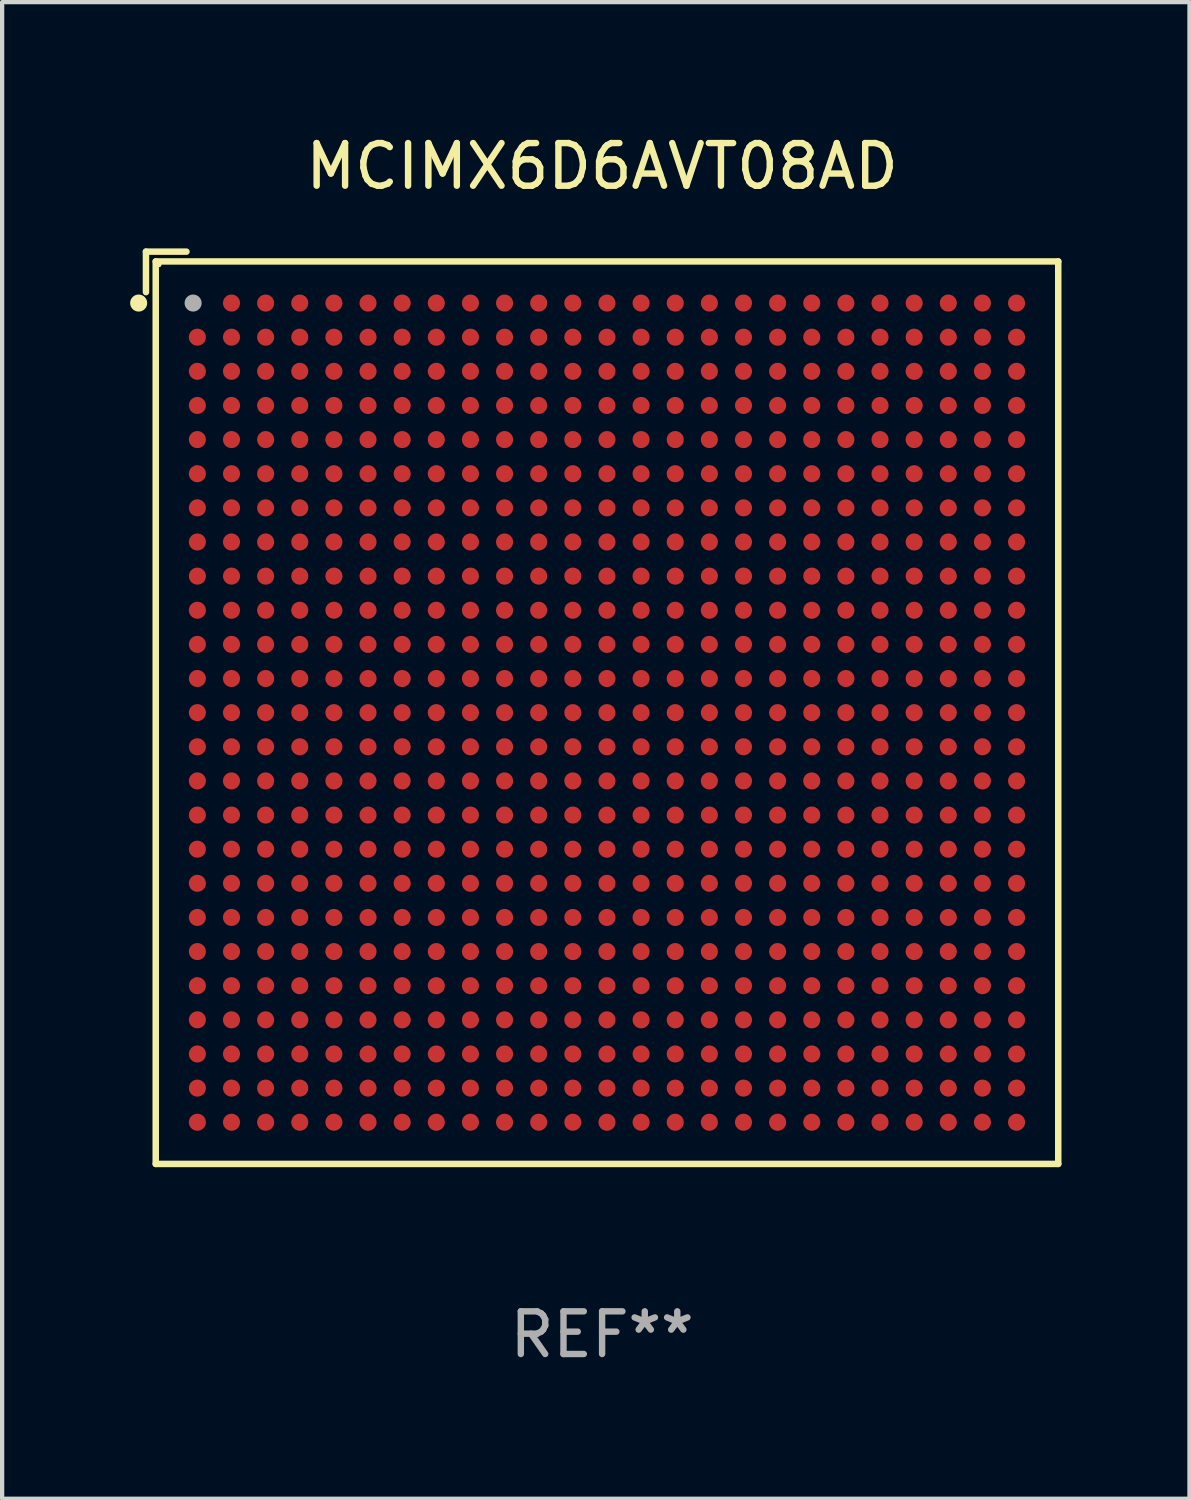
<source format=kicad_pcb>
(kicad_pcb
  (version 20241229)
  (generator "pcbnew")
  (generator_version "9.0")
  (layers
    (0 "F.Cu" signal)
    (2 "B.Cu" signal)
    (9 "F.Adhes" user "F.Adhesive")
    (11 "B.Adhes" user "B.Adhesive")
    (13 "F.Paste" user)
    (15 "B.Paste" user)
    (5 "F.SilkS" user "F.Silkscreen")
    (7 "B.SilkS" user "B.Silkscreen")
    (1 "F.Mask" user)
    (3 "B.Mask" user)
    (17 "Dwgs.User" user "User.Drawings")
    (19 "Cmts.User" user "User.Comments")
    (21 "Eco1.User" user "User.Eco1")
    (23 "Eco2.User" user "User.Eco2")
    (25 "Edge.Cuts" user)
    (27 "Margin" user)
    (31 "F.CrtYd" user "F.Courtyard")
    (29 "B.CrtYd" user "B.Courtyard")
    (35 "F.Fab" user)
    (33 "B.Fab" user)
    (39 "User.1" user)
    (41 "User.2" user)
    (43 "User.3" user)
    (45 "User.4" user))
  (footprint "MCIMX6D6AVT08AD"
    (layer "F.Cu")
    (at 11.062 13.539)
    (property "Reference" "MCIMX6D6AVT08AD" (at 0 -12.691 0) (layer "F.SilkS") (effects (font (size 1 1) (thickness 0.15))))
    (attr through_hole)
    (fp_line (start -10.691 -10.691) (end -10.691 -9.742) (stroke (width 0.152) (type solid)) (layer "F.SilkS"))
    (fp_line (start -10.462 -10.462) (end 10.691 -10.462) (stroke (width 0.152) (type solid)) (layer "F.SilkS"))
    (fp_line (start -10.462 10.691) (end -10.462 -10.462) (stroke (width 0.152) (type solid)) (layer "F.SilkS"))
    (fp_line (start -9.742 -10.691) (end -10.691 -10.691) (stroke (width 0.152) (type solid)) (layer "F.SilkS"))
    (fp_line (start 10.691 -10.462) (end 10.691 10.691) (stroke (width 0.152) (type solid)) (layer "F.SilkS"))
    (fp_line (start 10.691 10.691) (end -10.462 10.691) (stroke (width 0.152) (type solid)) (layer "F.SilkS"))
    (fp_circle (center -10.862 -9.486) (end -10.762 -9.486) (stroke (width 0.2) (type solid)) (fill no) (layer "F.SilkS"))
    (fp_circle (center -10.386 -10.386) (end -10.356 -10.386) (stroke (width 0.06) (type solid)) (fill no) (layer "F.SilkS"))
    (fp_circle (center -9.586 -9.486) (end -9.486 -9.486) (stroke (width 0.2) (type solid)) (fill no) (layer "F.Fab"))
    (fp_text user "REF**" (at 0 14.691 0) (layer "F.Fab") (effects (font (size 1 1) (thickness 0.15))))
    (pad "A2" smd circle (at -8.686 -9.486) (size 0.4 0.4) (layers "F.Cu" "F.Mask" "F.Paste"))
    (pad "A3" smd circle (at -7.886 -9.486) (size 0.4 0.4) (layers "F.Cu" "F.Mask" "F.Paste"))
    (pad "A4" smd circle (at -7.086 -9.486) (size 0.4 0.4) (layers "F.Cu" "F.Mask" "F.Paste"))
    (pad "A5" smd circle (at -6.286 -9.486) (size 0.4 0.4) (layers "F.Cu" "F.Mask" "F.Paste"))
    (pad "A6" smd circle (at -5.486 -9.486) (size 0.4 0.4) (layers "F.Cu" "F.Mask" "F.Paste"))
    (pad "A7" smd circle (at -4.686 -9.486) (size 0.4 0.4) (layers "F.Cu" "F.Mask" "F.Paste"))
    (pad "A8" smd circle (at -3.886 -9.486) (size 0.4 0.4) (layers "F.Cu" "F.Mask" "F.Paste"))
    (pad "A9" smd circle (at -3.086 -9.486) (size 0.4 0.4) (layers "F.Cu" "F.Mask" "F.Paste"))
    (pad "A10" smd circle (at -2.286 -9.486) (size 0.4 0.4) (layers "F.Cu" "F.Mask" "F.Paste"))
    (pad "A11" smd circle (at -1.486 -9.486) (size 0.4 0.4) (layers "F.Cu" "F.Mask" "F.Paste"))
    (pad "A12" smd circle (at -0.686 -9.486) (size 0.4 0.4) (layers "F.Cu" "F.Mask" "F.Paste"))
    (pad "A13" smd circle (at 0.114 -9.486) (size 0.4 0.4) (layers "F.Cu" "F.Mask" "F.Paste"))
    (pad "A14" smd circle (at 0.914 -9.486) (size 0.4 0.4) (layers "F.Cu" "F.Mask" "F.Paste"))
    (pad "A15" smd circle (at 1.714 -9.486) (size 0.4 0.4) (layers "F.Cu" "F.Mask" "F.Paste"))
    (pad "A16" smd circle (at 2.514 -9.486) (size 0.4 0.4) (layers "F.Cu" "F.Mask" "F.Paste"))
    (pad "A17" smd circle (at 3.314 -9.486) (size 0.4 0.4) (layers "F.Cu" "F.Mask" "F.Paste"))
    (pad "A18" smd circle (at 4.114 -9.486) (size 0.4 0.4) (layers "F.Cu" "F.Mask" "F.Paste"))
    (pad "A19" smd circle (at 4.914 -9.486) (size 0.4 0.4) (layers "F.Cu" "F.Mask" "F.Paste"))
    (pad "A20" smd circle (at 5.714 -9.486) (size 0.4 0.4) (layers "F.Cu" "F.Mask" "F.Paste"))
    (pad "A21" smd circle (at 6.514 -9.486) (size 0.4 0.4) (layers "F.Cu" "F.Mask" "F.Paste"))
    (pad "A22" smd circle (at 7.314 -9.486) (size 0.4 0.4) (layers "F.Cu" "F.Mask" "F.Paste"))
    (pad "A23" smd circle (at 8.114 -9.486) (size 0.4 0.4) (layers "F.Cu" "F.Mask" "F.Paste"))
    (pad "A24" smd circle (at 8.914 -9.486) (size 0.4 0.4) (layers "F.Cu" "F.Mask" "F.Paste"))
    (pad "A25" smd circle (at 9.714 -9.486) (size 0.4 0.4) (layers "F.Cu" "F.Mask" "F.Paste"))
    (pad "AA1" smd circle (at -9.486 6.514) (size 0.4 0.4) (layers "F.Cu" "F.Mask" "F.Paste"))
    (pad "AA2" smd circle (at -8.686 6.514) (size 0.4 0.4) (layers "F.Cu" "F.Mask" "F.Paste"))
    (pad "AA3" smd circle (at -7.886 6.514) (size 0.4 0.4) (layers "F.Cu" "F.Mask" "F.Paste"))
    (pad "AA4" smd circle (at -7.086 6.514) (size 0.4 0.4) (layers "F.Cu" "F.Mask" "F.Paste"))
    (pad "AA5" smd circle (at -6.286 6.514) (size 0.4 0.4) (layers "F.Cu" "F.Mask" "F.Paste"))
    (pad "AA6" smd circle (at -5.486 6.514) (size 0.4 0.4) (layers "F.Cu" "F.Mask" "F.Paste"))
    (pad "AA7" smd circle (at -4.686 6.514) (size 0.4 0.4) (layers "F.Cu" "F.Mask" "F.Paste"))
    (pad "AA8" smd circle (at -3.886 6.514) (size 0.4 0.4) (layers "F.Cu" "F.Mask" "F.Paste"))
    (pad "AA9" smd circle (at -3.086 6.514) (size 0.4 0.4) (layers "F.Cu" "F.Mask" "F.Paste"))
    (pad "AA10" smd circle (at -2.286 6.514) (size 0.4 0.4) (layers "F.Cu" "F.Mask" "F.Paste"))
    (pad "AA11" smd circle (at -1.486 6.514) (size 0.4 0.4) (layers "F.Cu" "F.Mask" "F.Paste"))
    (pad "AA12" smd circle (at -0.686 6.514) (size 0.4 0.4) (layers "F.Cu" "F.Mask" "F.Paste"))
    (pad "AA13" smd circle (at 0.114 6.514) (size 0.4 0.4) (layers "F.Cu" "F.Mask" "F.Paste"))
    (pad "AA14" smd circle (at 0.914 6.514) (size 0.4 0.4) (layers "F.Cu" "F.Mask" "F.Paste"))
    (pad "AA15" smd circle (at 1.714 6.514) (size 0.4 0.4) (layers "F.Cu" "F.Mask" "F.Paste"))
    (pad "AA16" smd circle (at 2.514 6.514) (size 0.4 0.4) (layers "F.Cu" "F.Mask" "F.Paste"))
    (pad "AA17" smd circle (at 3.314 6.514) (size 0.4 0.4) (layers "F.Cu" "F.Mask" "F.Paste"))
    (pad "AA18" smd circle (at 4.114 6.514) (size 0.4 0.4) (layers "F.Cu" "F.Mask" "F.Paste"))
    (pad "AA19" smd circle (at 4.914 6.514) (size 0.4 0.4) (layers "F.Cu" "F.Mask" "F.Paste"))
    (pad "AA20" smd circle (at 5.714 6.514) (size 0.4 0.4) (layers "F.Cu" "F.Mask" "F.Paste"))
    (pad "AA21" smd circle (at 6.514 6.514) (size 0.4 0.4) (layers "F.Cu" "F.Mask" "F.Paste"))
    (pad "AA22" smd circle (at 7.314 6.514) (size 0.4 0.4) (layers "F.Cu" "F.Mask" "F.Paste"))
    (pad "AA23" smd circle (at 8.114 6.514) (size 0.4 0.4) (layers "F.Cu" "F.Mask" "F.Paste"))
    (pad "AA24" smd circle (at 8.914 6.514) (size 0.4 0.4) (layers "F.Cu" "F.Mask" "F.Paste"))
    (pad "AA25" smd circle (at 9.714 6.514) (size 0.4 0.4) (layers "F.Cu" "F.Mask" "F.Paste"))
    (pad "AB1" smd circle (at -9.486 7.314) (size 0.4 0.4) (layers "F.Cu" "F.Mask" "F.Paste"))
    (pad "AB2" smd circle (at -8.686 7.314) (size 0.4 0.4) (layers "F.Cu" "F.Mask" "F.Paste"))
    (pad "AB3" smd circle (at -7.886 7.314) (size 0.4 0.4) (layers "F.Cu" "F.Mask" "F.Paste"))
    (pad "AB4" smd circle (at -7.086 7.314) (size 0.4 0.4) (layers "F.Cu" "F.Mask" "F.Paste"))
    (pad "AB5" smd circle (at -6.286 7.314) (size 0.4 0.4) (layers "F.Cu" "F.Mask" "F.Paste"))
    (pad "AB6" smd circle (at -5.486 7.314) (size 0.4 0.4) (layers "F.Cu" "F.Mask" "F.Paste"))
    (pad "AB7" smd circle (at -4.686 7.314) (size 0.4 0.4) (layers "F.Cu" "F.Mask" "F.Paste"))
    (pad "AB8" smd circle (at -3.886 7.314) (size 0.4 0.4) (layers "F.Cu" "F.Mask" "F.Paste"))
    (pad "AB9" smd circle (at -3.086 7.314) (size 0.4 0.4) (layers "F.Cu" "F.Mask" "F.Paste"))
    (pad "AB10" smd circle (at -2.286 7.314) (size 0.4 0.4) (layers "F.Cu" "F.Mask" "F.Paste"))
    (pad "AB11" smd circle (at -1.486 7.314) (size 0.4 0.4) (layers "F.Cu" "F.Mask" "F.Paste"))
    (pad "AB12" smd circle (at -0.686 7.314) (size 0.4 0.4) (layers "F.Cu" "F.Mask" "F.Paste"))
    (pad "AB13" smd circle (at 0.114 7.314) (size 0.4 0.4) (layers "F.Cu" "F.Mask" "F.Paste"))
    (pad "AB14" smd circle (at 0.914 7.314) (size 0.4 0.4) (layers "F.Cu" "F.Mask" "F.Paste"))
    (pad "AB15" smd circle (at 1.714 7.314) (size 0.4 0.4) (layers "F.Cu" "F.Mask" "F.Paste"))
    (pad "AB16" smd circle (at 2.514 7.314) (size 0.4 0.4) (layers "F.Cu" "F.Mask" "F.Paste"))
    (pad "AB17" smd circle (at 3.314 7.314) (size 0.4 0.4) (layers "F.Cu" "F.Mask" "F.Paste"))
    (pad "AB18" smd circle (at 4.114 7.314) (size 0.4 0.4) (layers "F.Cu" "F.Mask" "F.Paste"))
    (pad "AB19" smd circle (at 4.914 7.314) (size 0.4 0.4) (layers "F.Cu" "F.Mask" "F.Paste"))
    (pad "AB20" smd circle (at 5.714 7.314) (size 0.4 0.4) (layers "F.Cu" "F.Mask" "F.Paste"))
    (pad "AB21" smd circle (at 6.514 7.314) (size 0.4 0.4) (layers "F.Cu" "F.Mask" "F.Paste"))
    (pad "AB22" smd circle (at 7.314 7.314) (size 0.4 0.4) (layers "F.Cu" "F.Mask" "F.Paste"))
    (pad "AB23" smd circle (at 8.114 7.314) (size 0.4 0.4) (layers "F.Cu" "F.Mask" "F.Paste"))
    (pad "AB24" smd circle (at 8.914 7.314) (size 0.4 0.4) (layers "F.Cu" "F.Mask" "F.Paste"))
    (pad "AB25" smd circle (at 9.714 7.314) (size 0.4 0.4) (layers "F.Cu" "F.Mask" "F.Paste"))
    (pad "AC1" smd circle (at -9.486 8.114) (size 0.4 0.4) (layers "F.Cu" "F.Mask" "F.Paste"))
    (pad "AC2" smd circle (at -8.686 8.114) (size 0.4 0.4) (layers "F.Cu" "F.Mask" "F.Paste"))
    (pad "AC3" smd circle (at -7.886 8.114) (size 0.4 0.4) (layers "F.Cu" "F.Mask" "F.Paste"))
    (pad "AC4" smd circle (at -7.086 8.114) (size 0.4 0.4) (layers "F.Cu" "F.Mask" "F.Paste"))
    (pad "AC5" smd circle (at -6.286 8.114) (size 0.4 0.4) (layers "F.Cu" "F.Mask" "F.Paste"))
    (pad "AC6" smd circle (at -5.486 8.114) (size 0.4 0.4) (layers "F.Cu" "F.Mask" "F.Paste"))
    (pad "AC7" smd circle (at -4.686 8.114) (size 0.4 0.4) (layers "F.Cu" "F.Mask" "F.Paste"))
    (pad "AC8" smd circle (at -3.886 8.114) (size 0.4 0.4) (layers "F.Cu" "F.Mask" "F.Paste"))
    (pad "AC9" smd circle (at -3.086 8.114) (size 0.4 0.4) (layers "F.Cu" "F.Mask" "F.Paste"))
    (pad "AC10" smd circle (at -2.286 8.114) (size 0.4 0.4) (layers "F.Cu" "F.Mask" "F.Paste"))
    (pad "AC11" smd circle (at -1.486 8.114) (size 0.4 0.4) (layers "F.Cu" "F.Mask" "F.Paste"))
    (pad "AC12" smd circle (at -0.686 8.114) (size 0.4 0.4) (layers "F.Cu" "F.Mask" "F.Paste"))
    (pad "AC13" smd circle (at 0.114 8.114) (size 0.4 0.4) (layers "F.Cu" "F.Mask" "F.Paste"))
    (pad "AC14" smd circle (at 0.914 8.114) (size 0.4 0.4) (layers "F.Cu" "F.Mask" "F.Paste"))
    (pad "AC15" smd circle (at 1.714 8.114) (size 0.4 0.4) (layers "F.Cu" "F.Mask" "F.Paste"))
    (pad "AC16" smd circle (at 2.514 8.114) (size 0.4 0.4) (layers "F.Cu" "F.Mask" "F.Paste"))
    (pad "AC17" smd circle (at 3.314 8.114) (size 0.4 0.4) (layers "F.Cu" "F.Mask" "F.Paste"))
    (pad "AC18" smd circle (at 4.114 8.114) (size 0.4 0.4) (layers "F.Cu" "F.Mask" "F.Paste"))
    (pad "AC19" smd circle (at 4.914 8.114) (size 0.4 0.4) (layers "F.Cu" "F.Mask" "F.Paste"))
    (pad "AC20" smd circle (at 5.714 8.114) (size 0.4 0.4) (layers "F.Cu" "F.Mask" "F.Paste"))
    (pad "AC21" smd circle (at 6.514 8.114) (size 0.4 0.4) (layers "F.Cu" "F.Mask" "F.Paste"))
    (pad "AC22" smd circle (at 7.314 8.114) (size 0.4 0.4) (layers "F.Cu" "F.Mask" "F.Paste"))
    (pad "AC23" smd circle (at 8.114 8.114) (size 0.4 0.4) (layers "F.Cu" "F.Mask" "F.Paste"))
    (pad "AC24" smd circle (at 8.914 8.114) (size 0.4 0.4) (layers "F.Cu" "F.Mask" "F.Paste"))
    (pad "AC25" smd circle (at 9.714 8.114) (size 0.4 0.4) (layers "F.Cu" "F.Mask" "F.Paste"))
    (pad "AD1" smd circle (at -9.486 8.914) (size 0.4 0.4) (layers "F.Cu" "F.Mask" "F.Paste"))
    (pad "AD2" smd circle (at -8.686 8.914) (size 0.4 0.4) (layers "F.Cu" "F.Mask" "F.Paste"))
    (pad "AD3" smd circle (at -7.886 8.914) (size 0.4 0.4) (layers "F.Cu" "F.Mask" "F.Paste"))
    (pad "AD4" smd circle (at -7.086 8.914) (size 0.4 0.4) (layers "F.Cu" "F.Mask" "F.Paste"))
    (pad "AD5" smd circle (at -6.286 8.914) (size 0.4 0.4) (layers "F.Cu" "F.Mask" "F.Paste"))
    (pad "AD6" smd circle (at -5.486 8.914) (size 0.4 0.4) (layers "F.Cu" "F.Mask" "F.Paste"))
    (pad "AD7" smd circle (at -4.686 8.914) (size 0.4 0.4) (layers "F.Cu" "F.Mask" "F.Paste"))
    (pad "AD8" smd circle (at -3.886 8.914) (size 0.4 0.4) (layers "F.Cu" "F.Mask" "F.Paste"))
    (pad "AD9" smd circle (at -3.086 8.914) (size 0.4 0.4) (layers "F.Cu" "F.Mask" "F.Paste"))
    (pad "AD10" smd circle (at -2.286 8.914) (size 0.4 0.4) (layers "F.Cu" "F.Mask" "F.Paste"))
    (pad "AD11" smd circle (at -1.486 8.914) (size 0.4 0.4) (layers "F.Cu" "F.Mask" "F.Paste"))
    (pad "AD12" smd circle (at -0.686 8.914) (size 0.4 0.4) (layers "F.Cu" "F.Mask" "F.Paste"))
    (pad "AD13" smd circle (at 0.114 8.914) (size 0.4 0.4) (layers "F.Cu" "F.Mask" "F.Paste"))
    (pad "AD14" smd circle (at 0.914 8.914) (size 0.4 0.4) (layers "F.Cu" "F.Mask" "F.Paste"))
    (pad "AD15" smd circle (at 1.714 8.914) (size 0.4 0.4) (layers "F.Cu" "F.Mask" "F.Paste"))
    (pad "AD16" smd circle (at 2.514 8.914) (size 0.4 0.4) (layers "F.Cu" "F.Mask" "F.Paste"))
    (pad "AD17" smd circle (at 3.314 8.914) (size 0.4 0.4) (layers "F.Cu" "F.Mask" "F.Paste"))
    (pad "AD18" smd circle (at 4.114 8.914) (size 0.4 0.4) (layers "F.Cu" "F.Mask" "F.Paste"))
    (pad "AD19" smd circle (at 4.914 8.914) (size 0.4 0.4) (layers "F.Cu" "F.Mask" "F.Paste"))
    (pad "AD20" smd circle (at 5.714 8.914) (size 0.4 0.4) (layers "F.Cu" "F.Mask" "F.Paste"))
    (pad "AD21" smd circle (at 6.514 8.914) (size 0.4 0.4) (layers "F.Cu" "F.Mask" "F.Paste"))
    (pad "AD22" smd circle (at 7.314 8.914) (size 0.4 0.4) (layers "F.Cu" "F.Mask" "F.Paste"))
    (pad "AD23" smd circle (at 8.114 8.914) (size 0.4 0.4) (layers "F.Cu" "F.Mask" "F.Paste"))
    (pad "AD24" smd circle (at 8.914 8.914) (size 0.4 0.4) (layers "F.Cu" "F.Mask" "F.Paste"))
    (pad "AD25" smd circle (at 9.714 8.914) (size 0.4 0.4) (layers "F.Cu" "F.Mask" "F.Paste"))
    (pad "AE1" smd circle (at -9.486 9.714) (size 0.4 0.4) (layers "F.Cu" "F.Mask" "F.Paste"))
    (pad "AE2" smd circle (at -8.686 9.714) (size 0.4 0.4) (layers "F.Cu" "F.Mask" "F.Paste"))
    (pad "AE3" smd circle (at -7.886 9.714) (size 0.4 0.4) (layers "F.Cu" "F.Mask" "F.Paste"))
    (pad "AE4" smd circle (at -7.086 9.714) (size 0.4 0.4) (layers "F.Cu" "F.Mask" "F.Paste"))
    (pad "AE5" smd circle (at -6.286 9.714) (size 0.4 0.4) (layers "F.Cu" "F.Mask" "F.Paste"))
    (pad "AE6" smd circle (at -5.486 9.714) (size 0.4 0.4) (layers "F.Cu" "F.Mask" "F.Paste"))
    (pad "AE7" smd circle (at -4.686 9.714) (size 0.4 0.4) (layers "F.Cu" "F.Mask" "F.Paste"))
    (pad "AE8" smd circle (at -3.886 9.714) (size 0.4 0.4) (layers "F.Cu" "F.Mask" "F.Paste"))
    (pad "AE9" smd circle (at -3.086 9.714) (size 0.4 0.4) (layers "F.Cu" "F.Mask" "F.Paste"))
    (pad "AE10" smd circle (at -2.286 9.714) (size 0.4 0.4) (layers "F.Cu" "F.Mask" "F.Paste"))
    (pad "AE11" smd circle (at -1.486 9.714) (size 0.4 0.4) (layers "F.Cu" "F.Mask" "F.Paste"))
    (pad "AE12" smd circle (at -0.686 9.714) (size 0.4 0.4) (layers "F.Cu" "F.Mask" "F.Paste"))
    (pad "AE13" smd circle (at 0.114 9.714) (size 0.4 0.4) (layers "F.Cu" "F.Mask" "F.Paste"))
    (pad "AE14" smd circle (at 0.914 9.714) (size 0.4 0.4) (layers "F.Cu" "F.Mask" "F.Paste"))
    (pad "AE15" smd circle (at 1.714 9.714) (size 0.4 0.4) (layers "F.Cu" "F.Mask" "F.Paste"))
    (pad "AE16" smd circle (at 2.514 9.714) (size 0.4 0.4) (layers "F.Cu" "F.Mask" "F.Paste"))
    (pad "AE17" smd circle (at 3.314 9.714) (size 0.4 0.4) (layers "F.Cu" "F.Mask" "F.Paste"))
    (pad "AE18" smd circle (at 4.114 9.714) (size 0.4 0.4) (layers "F.Cu" "F.Mask" "F.Paste"))
    (pad "AE19" smd circle (at 4.914 9.714) (size 0.4 0.4) (layers "F.Cu" "F.Mask" "F.Paste"))
    (pad "AE20" smd circle (at 5.714 9.714) (size 0.4 0.4) (layers "F.Cu" "F.Mask" "F.Paste"))
    (pad "AE21" smd circle (at 6.514 9.714) (size 0.4 0.4) (layers "F.Cu" "F.Mask" "F.Paste"))
    (pad "AE22" smd circle (at 7.314 9.714) (size 0.4 0.4) (layers "F.Cu" "F.Mask" "F.Paste"))
    (pad "AE23" smd circle (at 8.114 9.714) (size 0.4 0.4) (layers "F.Cu" "F.Mask" "F.Paste"))
    (pad "AE24" smd circle (at 8.914 9.714) (size 0.4 0.4) (layers "F.Cu" "F.Mask" "F.Paste"))
    (pad "AE25" smd circle (at 9.714 9.714) (size 0.4 0.4) (layers "F.Cu" "F.Mask" "F.Paste"))
    (pad "B1" smd circle (at -9.486 -8.686) (size 0.4 0.4) (layers "F.Cu" "F.Mask" "F.Paste"))
    (pad "B2" smd circle (at -8.686 -8.686) (size 0.4 0.4) (layers "F.Cu" "F.Mask" "F.Paste"))
    (pad "B3" smd circle (at -7.886 -8.686) (size 0.4 0.4) (layers "F.Cu" "F.Mask" "F.Paste"))
    (pad "B4" smd circle (at -7.086 -8.686) (size 0.4 0.4) (layers "F.Cu" "F.Mask" "F.Paste"))
    (pad "B5" smd circle (at -6.286 -8.686) (size 0.4 0.4) (layers "F.Cu" "F.Mask" "F.Paste"))
    (pad "B6" smd circle (at -5.486 -8.686) (size 0.4 0.4) (layers "F.Cu" "F.Mask" "F.Paste"))
    (pad "B7" smd circle (at -4.686 -8.686) (size 0.4 0.4) (layers "F.Cu" "F.Mask" "F.Paste"))
    (pad "B8" smd circle (at -3.886 -8.686) (size 0.4 0.4) (layers "F.Cu" "F.Mask" "F.Paste"))
    (pad "B9" smd circle (at -3.086 -8.686) (size 0.4 0.4) (layers "F.Cu" "F.Mask" "F.Paste"))
    (pad "B10" smd circle (at -2.286 -8.686) (size 0.4 0.4) (layers "F.Cu" "F.Mask" "F.Paste"))
    (pad "B11" smd circle (at -1.486 -8.686) (size 0.4 0.4) (layers "F.Cu" "F.Mask" "F.Paste"))
    (pad "B12" smd circle (at -0.686 -8.686) (size 0.4 0.4) (layers "F.Cu" "F.Mask" "F.Paste"))
    (pad "B13" smd circle (at 0.114 -8.686) (size 0.4 0.4) (layers "F.Cu" "F.Mask" "F.Paste"))
    (pad "B14" smd circle (at 0.914 -8.686) (size 0.4 0.4) (layers "F.Cu" "F.Mask" "F.Paste"))
    (pad "B15" smd circle (at 1.714 -8.686) (size 0.4 0.4) (layers "F.Cu" "F.Mask" "F.Paste"))
    (pad "B16" smd circle (at 2.514 -8.686) (size 0.4 0.4) (layers "F.Cu" "F.Mask" "F.Paste"))
    (pad "B17" smd circle (at 3.314 -8.686) (size 0.4 0.4) (layers "F.Cu" "F.Mask" "F.Paste"))
    (pad "B18" smd circle (at 4.114 -8.686) (size 0.4 0.4) (layers "F.Cu" "F.Mask" "F.Paste"))
    (pad "B19" smd circle (at 4.914 -8.686) (size 0.4 0.4) (layers "F.Cu" "F.Mask" "F.Paste"))
    (pad "B20" smd circle (at 5.714 -8.686) (size 0.4 0.4) (layers "F.Cu" "F.Mask" "F.Paste"))
    (pad "B21" smd circle (at 6.514 -8.686) (size 0.4 0.4) (layers "F.Cu" "F.Mask" "F.Paste"))
    (pad "B22" smd circle (at 7.314 -8.686) (size 0.4 0.4) (layers "F.Cu" "F.Mask" "F.Paste"))
    (pad "B23" smd circle (at 8.114 -8.686) (size 0.4 0.4) (layers "F.Cu" "F.Mask" "F.Paste"))
    (pad "B24" smd circle (at 8.914 -8.686) (size 0.4 0.4) (layers "F.Cu" "F.Mask" "F.Paste"))
    (pad "B25" smd circle (at 9.714 -8.686) (size 0.4 0.4) (layers "F.Cu" "F.Mask" "F.Paste"))
    (pad "C1" smd circle (at -9.486 -7.886) (size 0.4 0.4) (layers "F.Cu" "F.Mask" "F.Paste"))
    (pad "C2" smd circle (at -8.686 -7.886) (size 0.4 0.4) (layers "F.Cu" "F.Mask" "F.Paste"))
    (pad "C3" smd circle (at -7.886 -7.886) (size 0.4 0.4) (layers "F.Cu" "F.Mask" "F.Paste"))
    (pad "C4" smd circle (at -7.086 -7.886) (size 0.4 0.4) (layers "F.Cu" "F.Mask" "F.Paste"))
    (pad "C5" smd circle (at -6.286 -7.886) (size 0.4 0.4) (layers "F.Cu" "F.Mask" "F.Paste"))
    (pad "C6" smd circle (at -5.486 -7.886) (size 0.4 0.4) (layers "F.Cu" "F.Mask" "F.Paste"))
    (pad "C7" smd circle (at -4.686 -7.886) (size 0.4 0.4) (layers "F.Cu" "F.Mask" "F.Paste"))
    (pad "C8" smd circle (at -3.886 -7.886) (size 0.4 0.4) (layers "F.Cu" "F.Mask" "F.Paste"))
    (pad "C9" smd circle (at -3.086 -7.886) (size 0.4 0.4) (layers "F.Cu" "F.Mask" "F.Paste"))
    (pad "C10" smd circle (at -2.286 -7.886) (size 0.4 0.4) (layers "F.Cu" "F.Mask" "F.Paste"))
    (pad "C11" smd circle (at -1.486 -7.886) (size 0.4 0.4) (layers "F.Cu" "F.Mask" "F.Paste"))
    (pad "C12" smd circle (at -0.686 -7.886) (size 0.4 0.4) (layers "F.Cu" "F.Mask" "F.Paste"))
    (pad "C13" smd circle (at 0.114 -7.886) (size 0.4 0.4) (layers "F.Cu" "F.Mask" "F.Paste"))
    (pad "C14" smd circle (at 0.914 -7.886) (size 0.4 0.4) (layers "F.Cu" "F.Mask" "F.Paste"))
    (pad "C15" smd circle (at 1.714 -7.886) (size 0.4 0.4) (layers "F.Cu" "F.Mask" "F.Paste"))
    (pad "C16" smd circle (at 2.514 -7.886) (size 0.4 0.4) (layers "F.Cu" "F.Mask" "F.Paste"))
    (pad "C17" smd circle (at 3.314 -7.886) (size 0.4 0.4) (layers "F.Cu" "F.Mask" "F.Paste"))
    (pad "C18" smd circle (at 4.114 -7.886) (size 0.4 0.4) (layers "F.Cu" "F.Mask" "F.Paste"))
    (pad "C19" smd circle (at 4.914 -7.886) (size 0.4 0.4) (layers "F.Cu" "F.Mask" "F.Paste"))
    (pad "C20" smd circle (at 5.714 -7.886) (size 0.4 0.4) (layers "F.Cu" "F.Mask" "F.Paste"))
    (pad "C21" smd circle (at 6.514 -7.886) (size 0.4 0.4) (layers "F.Cu" "F.Mask" "F.Paste"))
    (pad "C22" smd circle (at 7.314 -7.886) (size 0.4 0.4) (layers "F.Cu" "F.Mask" "F.Paste"))
    (pad "C23" smd circle (at 8.114 -7.886) (size 0.4 0.4) (layers "F.Cu" "F.Mask" "F.Paste"))
    (pad "C24" smd circle (at 8.914 -7.886) (size 0.4 0.4) (layers "F.Cu" "F.Mask" "F.Paste"))
    (pad "C25" smd circle (at 9.714 -7.886) (size 0.4 0.4) (layers "F.Cu" "F.Mask" "F.Paste"))
    (pad "D1" smd circle (at -9.486 -7.086) (size 0.4 0.4) (layers "F.Cu" "F.Mask" "F.Paste"))
    (pad "D2" smd circle (at -8.686 -7.086) (size 0.4 0.4) (layers "F.Cu" "F.Mask" "F.Paste"))
    (pad "D3" smd circle (at -7.886 -7.086) (size 0.4 0.4) (layers "F.Cu" "F.Mask" "F.Paste"))
    (pad "D4" smd circle (at -7.086 -7.086) (size 0.4 0.4) (layers "F.Cu" "F.Mask" "F.Paste"))
    (pad "D5" smd circle (at -6.286 -7.086) (size 0.4 0.4) (layers "F.Cu" "F.Mask" "F.Paste"))
    (pad "D6" smd circle (at -5.486 -7.086) (size 0.4 0.4) (layers "F.Cu" "F.Mask" "F.Paste"))
    (pad "D7" smd circle (at -4.686 -7.086) (size 0.4 0.4) (layers "F.Cu" "F.Mask" "F.Paste"))
    (pad "D8" smd circle (at -3.886 -7.086) (size 0.4 0.4) (layers "F.Cu" "F.Mask" "F.Paste"))
    (pad "D9" smd circle (at -3.086 -7.086) (size 0.4 0.4) (layers "F.Cu" "F.Mask" "F.Paste"))
    (pad "D10" smd circle (at -2.286 -7.086) (size 0.4 0.4) (layers "F.Cu" "F.Mask" "F.Paste"))
    (pad "D11" smd circle (at -1.486 -7.086) (size 0.4 0.4) (layers "F.Cu" "F.Mask" "F.Paste"))
    (pad "D12" smd circle (at -0.686 -7.086) (size 0.4 0.4) (layers "F.Cu" "F.Mask" "F.Paste"))
    (pad "D13" smd circle (at 0.114 -7.086) (size 0.4 0.4) (layers "F.Cu" "F.Mask" "F.Paste"))
    (pad "D14" smd circle (at 0.914 -7.086) (size 0.4 0.4) (layers "F.Cu" "F.Mask" "F.Paste"))
    (pad "D15" smd circle (at 1.714 -7.086) (size 0.4 0.4) (layers "F.Cu" "F.Mask" "F.Paste"))
    (pad "D16" smd circle (at 2.514 -7.086) (size 0.4 0.4) (layers "F.Cu" "F.Mask" "F.Paste"))
    (pad "D17" smd circle (at 3.314 -7.086) (size 0.4 0.4) (layers "F.Cu" "F.Mask" "F.Paste"))
    (pad "D18" smd circle (at 4.114 -7.086) (size 0.4 0.4) (layers "F.Cu" "F.Mask" "F.Paste"))
    (pad "D19" smd circle (at 4.914 -7.086) (size 0.4 0.4) (layers "F.Cu" "F.Mask" "F.Paste"))
    (pad "D20" smd circle (at 5.714 -7.086) (size 0.4 0.4) (layers "F.Cu" "F.Mask" "F.Paste"))
    (pad "D21" smd circle (at 6.514 -7.086) (size 0.4 0.4) (layers "F.Cu" "F.Mask" "F.Paste"))
    (pad "D22" smd circle (at 7.314 -7.086) (size 0.4 0.4) (layers "F.Cu" "F.Mask" "F.Paste"))
    (pad "D23" smd circle (at 8.114 -7.086) (size 0.4 0.4) (layers "F.Cu" "F.Mask" "F.Paste"))
    (pad "D24" smd circle (at 8.914 -7.086) (size 0.4 0.4) (layers "F.Cu" "F.Mask" "F.Paste"))
    (pad "D25" smd circle (at 9.714 -7.086) (size 0.4 0.4) (layers "F.Cu" "F.Mask" "F.Paste"))
    (pad "E1" smd circle (at -9.486 -6.286) (size 0.4 0.4) (layers "F.Cu" "F.Mask" "F.Paste"))
    (pad "E2" smd circle (at -8.686 -6.286) (size 0.4 0.4) (layers "F.Cu" "F.Mask" "F.Paste"))
    (pad "E3" smd circle (at -7.886 -6.286) (size 0.4 0.4) (layers "F.Cu" "F.Mask" "F.Paste"))
    (pad "E4" smd circle (at -7.086 -6.286) (size 0.4 0.4) (layers "F.Cu" "F.Mask" "F.Paste"))
    (pad "E5" smd circle (at -6.286 -6.286) (size 0.4 0.4) (layers "F.Cu" "F.Mask" "F.Paste"))
    (pad "E6" smd circle (at -5.486 -6.286) (size 0.4 0.4) (layers "F.Cu" "F.Mask" "F.Paste"))
    (pad "E7" smd circle (at -4.686 -6.286) (size 0.4 0.4) (layers "F.Cu" "F.Mask" "F.Paste"))
    (pad "E8" smd circle (at -3.886 -6.286) (size 0.4 0.4) (layers "F.Cu" "F.Mask" "F.Paste"))
    (pad "E9" smd circle (at -3.086 -6.286) (size 0.4 0.4) (layers "F.Cu" "F.Mask" "F.Paste"))
    (pad "E10" smd circle (at -2.286 -6.286) (size 0.4 0.4) (layers "F.Cu" "F.Mask" "F.Paste"))
    (pad "E11" smd circle (at -1.486 -6.286) (size 0.4 0.4) (layers "F.Cu" "F.Mask" "F.Paste"))
    (pad "E12" smd circle (at -0.686 -6.286) (size 0.4 0.4) (layers "F.Cu" "F.Mask" "F.Paste"))
    (pad "E13" smd circle (at 0.114 -6.286) (size 0.4 0.4) (layers "F.Cu" "F.Mask" "F.Paste"))
    (pad "E14" smd circle (at 0.914 -6.286) (size 0.4 0.4) (layers "F.Cu" "F.Mask" "F.Paste"))
    (pad "E15" smd circle (at 1.714 -6.286) (size 0.4 0.4) (layers "F.Cu" "F.Mask" "F.Paste"))
    (pad "E16" smd circle (at 2.514 -6.286) (size 0.4 0.4) (layers "F.Cu" "F.Mask" "F.Paste"))
    (pad "E17" smd circle (at 3.314 -6.286) (size 0.4 0.4) (layers "F.Cu" "F.Mask" "F.Paste"))
    (pad "E18" smd circle (at 4.114 -6.286) (size 0.4 0.4) (layers "F.Cu" "F.Mask" "F.Paste"))
    (pad "E19" smd circle (at 4.914 -6.286) (size 0.4 0.4) (layers "F.Cu" "F.Mask" "F.Paste"))
    (pad "E20" smd circle (at 5.714 -6.286) (size 0.4 0.4) (layers "F.Cu" "F.Mask" "F.Paste"))
    (pad "E21" smd circle (at 6.514 -6.286) (size 0.4 0.4) (layers "F.Cu" "F.Mask" "F.Paste"))
    (pad "E22" smd circle (at 7.314 -6.286) (size 0.4 0.4) (layers "F.Cu" "F.Mask" "F.Paste"))
    (pad "E23" smd circle (at 8.114 -6.286) (size 0.4 0.4) (layers "F.Cu" "F.Mask" "F.Paste"))
    (pad "E24" smd circle (at 8.914 -6.286) (size 0.4 0.4) (layers "F.Cu" "F.Mask" "F.Paste"))
    (pad "E25" smd circle (at 9.714 -6.286) (size 0.4 0.4) (layers "F.Cu" "F.Mask" "F.Paste"))
    (pad "F1" smd circle (at -9.486 -5.486) (size 0.4 0.4) (layers "F.Cu" "F.Mask" "F.Paste"))
    (pad "F2" smd circle (at -8.686 -5.486) (size 0.4 0.4) (layers "F.Cu" "F.Mask" "F.Paste"))
    (pad "F3" smd circle (at -7.886 -5.486) (size 0.4 0.4) (layers "F.Cu" "F.Mask" "F.Paste"))
    (pad "F4" smd circle (at -7.086 -5.486) (size 0.4 0.4) (layers "F.Cu" "F.Mask" "F.Paste"))
    (pad "F5" smd circle (at -6.286 -5.486) (size 0.4 0.4) (layers "F.Cu" "F.Mask" "F.Paste"))
    (pad "F6" smd circle (at -5.486 -5.486) (size 0.4 0.4) (layers "F.Cu" "F.Mask" "F.Paste"))
    (pad "F7" smd circle (at -4.686 -5.486) (size 0.4 0.4) (layers "F.Cu" "F.Mask" "F.Paste"))
    (pad "F8" smd circle (at -3.886 -5.486) (size 0.4 0.4) (layers "F.Cu" "F.Mask" "F.Paste"))
    (pad "F9" smd circle (at -3.086 -5.486) (size 0.4 0.4) (layers "F.Cu" "F.Mask" "F.Paste"))
    (pad "F10" smd circle (at -2.286 -5.486) (size 0.4 0.4) (layers "F.Cu" "F.Mask" "F.Paste"))
    (pad "F11" smd circle (at -1.486 -5.486) (size 0.4 0.4) (layers "F.Cu" "F.Mask" "F.Paste"))
    (pad "F12" smd circle (at -0.686 -5.486) (size 0.4 0.4) (layers "F.Cu" "F.Mask" "F.Paste"))
    (pad "F13" smd circle (at 0.114 -5.486) (size 0.4 0.4) (layers "F.Cu" "F.Mask" "F.Paste"))
    (pad "F14" smd circle (at 0.914 -5.486) (size 0.4 0.4) (layers "F.Cu" "F.Mask" "F.Paste"))
    (pad "F15" smd circle (at 1.714 -5.486) (size 0.4 0.4) (layers "F.Cu" "F.Mask" "F.Paste"))
    (pad "F16" smd circle (at 2.514 -5.486) (size 0.4 0.4) (layers "F.Cu" "F.Mask" "F.Paste"))
    (pad "F17" smd circle (at 3.314 -5.486) (size 0.4 0.4) (layers "F.Cu" "F.Mask" "F.Paste"))
    (pad "F18" smd circle (at 4.114 -5.486) (size 0.4 0.4) (layers "F.Cu" "F.Mask" "F.Paste"))
    (pad "F19" smd circle (at 4.914 -5.486) (size 0.4 0.4) (layers "F.Cu" "F.Mask" "F.Paste"))
    (pad "F20" smd circle (at 5.714 -5.486) (size 0.4 0.4) (layers "F.Cu" "F.Mask" "F.Paste"))
    (pad "F21" smd circle (at 6.514 -5.486) (size 0.4 0.4) (layers "F.Cu" "F.Mask" "F.Paste"))
    (pad "F22" smd circle (at 7.314 -5.486) (size 0.4 0.4) (layers "F.Cu" "F.Mask" "F.Paste"))
    (pad "F23" smd circle (at 8.114 -5.486) (size 0.4 0.4) (layers "F.Cu" "F.Mask" "F.Paste"))
    (pad "F24" smd circle (at 8.914 -5.486) (size 0.4 0.4) (layers "F.Cu" "F.Mask" "F.Paste"))
    (pad "F25" smd circle (at 9.714 -5.486) (size 0.4 0.4) (layers "F.Cu" "F.Mask" "F.Paste"))
    (pad "G1" smd circle (at -9.486 -4.686) (size 0.4 0.4) (layers "F.Cu" "F.Mask" "F.Paste"))
    (pad "G2" smd circle (at -8.686 -4.686) (size 0.4 0.4) (layers "F.Cu" "F.Mask" "F.Paste"))
    (pad "G3" smd circle (at -7.886 -4.686) (size 0.4 0.4) (layers "F.Cu" "F.Mask" "F.Paste"))
    (pad "G4" smd circle (at -7.086 -4.686) (size 0.4 0.4) (layers "F.Cu" "F.Mask" "F.Paste"))
    (pad "G5" smd circle (at -6.286 -4.686) (size 0.4 0.4) (layers "F.Cu" "F.Mask" "F.Paste"))
    (pad "G6" smd circle (at -5.486 -4.686) (size 0.4 0.4) (layers "F.Cu" "F.Mask" "F.Paste"))
    (pad "G7" smd circle (at -4.686 -4.686) (size 0.4 0.4) (layers "F.Cu" "F.Mask" "F.Paste"))
    (pad "G8" smd circle (at -3.886 -4.686) (size 0.4 0.4) (layers "F.Cu" "F.Mask" "F.Paste"))
    (pad "G9" smd circle (at -3.086 -4.686) (size 0.4 0.4) (layers "F.Cu" "F.Mask" "F.Paste"))
    (pad "G10" smd circle (at -2.286 -4.686) (size 0.4 0.4) (layers "F.Cu" "F.Mask" "F.Paste"))
    (pad "G11" smd circle (at -1.486 -4.686) (size 0.4 0.4) (layers "F.Cu" "F.Mask" "F.Paste"))
    (pad "G12" smd circle (at -0.686 -4.686) (size 0.4 0.4) (layers "F.Cu" "F.Mask" "F.Paste"))
    (pad "G13" smd circle (at 0.114 -4.686) (size 0.4 0.4) (layers "F.Cu" "F.Mask" "F.Paste"))
    (pad "G14" smd circle (at 0.914 -4.686) (size 0.4 0.4) (layers "F.Cu" "F.Mask" "F.Paste"))
    (pad "G15" smd circle (at 1.714 -4.686) (size 0.4 0.4) (layers "F.Cu" "F.Mask" "F.Paste"))
    (pad "G16" smd circle (at 2.514 -4.686) (size 0.4 0.4) (layers "F.Cu" "F.Mask" "F.Paste"))
    (pad "G17" smd circle (at 3.314 -4.686) (size 0.4 0.4) (layers "F.Cu" "F.Mask" "F.Paste"))
    (pad "G18" smd circle (at 4.114 -4.686) (size 0.4 0.4) (layers "F.Cu" "F.Mask" "F.Paste"))
    (pad "G19" smd circle (at 4.914 -4.686) (size 0.4 0.4) (layers "F.Cu" "F.Mask" "F.Paste"))
    (pad "G20" smd circle (at 5.714 -4.686) (size 0.4 0.4) (layers "F.Cu" "F.Mask" "F.Paste"))
    (pad "G21" smd circle (at 6.514 -4.686) (size 0.4 0.4) (layers "F.Cu" "F.Mask" "F.Paste"))
    (pad "G22" smd circle (at 7.314 -4.686) (size 0.4 0.4) (layers "F.Cu" "F.Mask" "F.Paste"))
    (pad "G23" smd circle (at 8.114 -4.686) (size 0.4 0.4) (layers "F.Cu" "F.Mask" "F.Paste"))
    (pad "G24" smd circle (at 8.914 -4.686) (size 0.4 0.4) (layers "F.Cu" "F.Mask" "F.Paste"))
    (pad "G25" smd circle (at 9.714 -4.686) (size 0.4 0.4) (layers "F.Cu" "F.Mask" "F.Paste"))
    (pad "H1" smd circle (at -9.486 -3.886) (size 0.4 0.4) (layers "F.Cu" "F.Mask" "F.Paste"))
    (pad "H2" smd circle (at -8.686 -3.886) (size 0.4 0.4) (layers "F.Cu" "F.Mask" "F.Paste"))
    (pad "H3" smd circle (at -7.886 -3.886) (size 0.4 0.4) (layers "F.Cu" "F.Mask" "F.Paste"))
    (pad "H4" smd circle (at -7.086 -3.886) (size 0.4 0.4) (layers "F.Cu" "F.Mask" "F.Paste"))
    (pad "H5" smd circle (at -6.286 -3.886) (size 0.4 0.4) (layers "F.Cu" "F.Mask" "F.Paste"))
    (pad "H6" smd circle (at -5.486 -3.886) (size 0.4 0.4) (layers "F.Cu" "F.Mask" "F.Paste"))
    (pad "H7" smd circle (at -4.686 -3.886) (size 0.4 0.4) (layers "F.Cu" "F.Mask" "F.Paste"))
    (pad "H8" smd circle (at -3.886 -3.886) (size 0.4 0.4) (layers "F.Cu" "F.Mask" "F.Paste"))
    (pad "H9" smd circle (at -3.086 -3.886) (size 0.4 0.4) (layers "F.Cu" "F.Mask" "F.Paste"))
    (pad "H10" smd circle (at -2.286 -3.886) (size 0.4 0.4) (layers "F.Cu" "F.Mask" "F.Paste"))
    (pad "H11" smd circle (at -1.486 -3.886) (size 0.4 0.4) (layers "F.Cu" "F.Mask" "F.Paste"))
    (pad "H12" smd circle (at -0.686 -3.886) (size 0.4 0.4) (layers "F.Cu" "F.Mask" "F.Paste"))
    (pad "H13" smd circle (at 0.114 -3.886) (size 0.4 0.4) (layers "F.Cu" "F.Mask" "F.Paste"))
    (pad "H14" smd circle (at 0.914 -3.886) (size 0.4 0.4) (layers "F.Cu" "F.Mask" "F.Paste"))
    (pad "H15" smd circle (at 1.714 -3.886) (size 0.4 0.4) (layers "F.Cu" "F.Mask" "F.Paste"))
    (pad "H16" smd circle (at 2.514 -3.886) (size 0.4 0.4) (layers "F.Cu" "F.Mask" "F.Paste"))
    (pad "H17" smd circle (at 3.314 -3.886) (size 0.4 0.4) (layers "F.Cu" "F.Mask" "F.Paste"))
    (pad "H18" smd circle (at 4.114 -3.886) (size 0.4 0.4) (layers "F.Cu" "F.Mask" "F.Paste"))
    (pad "H19" smd circle (at 4.914 -3.886) (size 0.4 0.4) (layers "F.Cu" "F.Mask" "F.Paste"))
    (pad "H20" smd circle (at 5.714 -3.886) (size 0.4 0.4) (layers "F.Cu" "F.Mask" "F.Paste"))
    (pad "H21" smd circle (at 6.514 -3.886) (size 0.4 0.4) (layers "F.Cu" "F.Mask" "F.Paste"))
    (pad "H22" smd circle (at 7.314 -3.886) (size 0.4 0.4) (layers "F.Cu" "F.Mask" "F.Paste"))
    (pad "H23" smd circle (at 8.114 -3.886) (size 0.4 0.4) (layers "F.Cu" "F.Mask" "F.Paste"))
    (pad "H24" smd circle (at 8.914 -3.886) (size 0.4 0.4) (layers "F.Cu" "F.Mask" "F.Paste"))
    (pad "H25" smd circle (at 9.714 -3.886) (size 0.4 0.4) (layers "F.Cu" "F.Mask" "F.Paste"))
    (pad "J1" smd circle (at -9.486 -3.086) (size 0.4 0.4) (layers "F.Cu" "F.Mask" "F.Paste"))
    (pad "J2" smd circle (at -8.686 -3.086) (size 0.4 0.4) (layers "F.Cu" "F.Mask" "F.Paste"))
    (pad "J3" smd circle (at -7.886 -3.086) (size 0.4 0.4) (layers "F.Cu" "F.Mask" "F.Paste"))
    (pad "J4" smd circle (at -7.086 -3.086) (size 0.4 0.4) (layers "F.Cu" "F.Mask" "F.Paste"))
    (pad "J5" smd circle (at -6.286 -3.086) (size 0.4 0.4) (layers "F.Cu" "F.Mask" "F.Paste"))
    (pad "J6" smd circle (at -5.486 -3.086) (size 0.4 0.4) (layers "F.Cu" "F.Mask" "F.Paste"))
    (pad "J7" smd circle (at -4.686 -3.086) (size 0.4 0.4) (layers "F.Cu" "F.Mask" "F.Paste"))
    (pad "J8" smd circle (at -3.886 -3.086) (size 0.4 0.4) (layers "F.Cu" "F.Mask" "F.Paste"))
    (pad "J9" smd circle (at -3.086 -3.086) (size 0.4 0.4) (layers "F.Cu" "F.Mask" "F.Paste"))
    (pad "J10" smd circle (at -2.286 -3.086) (size 0.4 0.4) (layers "F.Cu" "F.Mask" "F.Paste"))
    (pad "J11" smd circle (at -1.486 -3.086) (size 0.4 0.4) (layers "F.Cu" "F.Mask" "F.Paste"))
    (pad "J12" smd circle (at -0.686 -3.086) (size 0.4 0.4) (layers "F.Cu" "F.Mask" "F.Paste"))
    (pad "J13" smd circle (at 0.114 -3.086) (size 0.4 0.4) (layers "F.Cu" "F.Mask" "F.Paste"))
    (pad "J14" smd circle (at 0.914 -3.086) (size 0.4 0.4) (layers "F.Cu" "F.Mask" "F.Paste"))
    (pad "J15" smd circle (at 1.714 -3.086) (size 0.4 0.4) (layers "F.Cu" "F.Mask" "F.Paste"))
    (pad "J16" smd circle (at 2.514 -3.086) (size 0.4 0.4) (layers "F.Cu" "F.Mask" "F.Paste"))
    (pad "J17" smd circle (at 3.314 -3.086) (size 0.4 0.4) (layers "F.Cu" "F.Mask" "F.Paste"))
    (pad "J18" smd circle (at 4.114 -3.086) (size 0.4 0.4) (layers "F.Cu" "F.Mask" "F.Paste"))
    (pad "J19" smd circle (at 4.914 -3.086) (size 0.4 0.4) (layers "F.Cu" "F.Mask" "F.Paste"))
    (pad "J20" smd circle (at 5.714 -3.086) (size 0.4 0.4) (layers "F.Cu" "F.Mask" "F.Paste"))
    (pad "J21" smd circle (at 6.514 -3.086) (size 0.4 0.4) (layers "F.Cu" "F.Mask" "F.Paste"))
    (pad "J22" smd circle (at 7.314 -3.086) (size 0.4 0.4) (layers "F.Cu" "F.Mask" "F.Paste"))
    (pad "J23" smd circle (at 8.114 -3.086) (size 0.4 0.4) (layers "F.Cu" "F.Mask" "F.Paste"))
    (pad "J24" smd circle (at 8.914 -3.086) (size 0.4 0.4) (layers "F.Cu" "F.Mask" "F.Paste"))
    (pad "J25" smd circle (at 9.714 -3.086) (size 0.4 0.4) (layers "F.Cu" "F.Mask" "F.Paste"))
    (pad "K1" smd circle (at -9.486 -2.286) (size 0.4 0.4) (layers "F.Cu" "F.Mask" "F.Paste"))
    (pad "K2" smd circle (at -8.686 -2.286) (size 0.4 0.4) (layers "F.Cu" "F.Mask" "F.Paste"))
    (pad "K3" smd circle (at -7.886 -2.286) (size 0.4 0.4) (layers "F.Cu" "F.Mask" "F.Paste"))
    (pad "K4" smd circle (at -7.086 -2.286) (size 0.4 0.4) (layers "F.Cu" "F.Mask" "F.Paste"))
    (pad "K5" smd circle (at -6.286 -2.286) (size 0.4 0.4) (layers "F.Cu" "F.Mask" "F.Paste"))
    (pad "K6" smd circle (at -5.486 -2.286) (size 0.4 0.4) (layers "F.Cu" "F.Mask" "F.Paste"))
    (pad "K7" smd circle (at -4.686 -2.286) (size 0.4 0.4) (layers "F.Cu" "F.Mask" "F.Paste"))
    (pad "K8" smd circle (at -3.886 -2.286) (size 0.4 0.4) (layers "F.Cu" "F.Mask" "F.Paste"))
    (pad "K9" smd circle (at -3.086 -2.286) (size 0.4 0.4) (layers "F.Cu" "F.Mask" "F.Paste"))
    (pad "K10" smd circle (at -2.286 -2.286) (size 0.4 0.4) (layers "F.Cu" "F.Mask" "F.Paste"))
    (pad "K11" smd circle (at -1.486 -2.286) (size 0.4 0.4) (layers "F.Cu" "F.Mask" "F.Paste"))
    (pad "K12" smd circle (at -0.686 -2.286) (size 0.4 0.4) (layers "F.Cu" "F.Mask" "F.Paste"))
    (pad "K13" smd circle (at 0.114 -2.286) (size 0.4 0.4) (layers "F.Cu" "F.Mask" "F.Paste"))
    (pad "K14" smd circle (at 0.914 -2.286) (size 0.4 0.4) (layers "F.Cu" "F.Mask" "F.Paste"))
    (pad "K15" smd circle (at 1.714 -2.286) (size 0.4 0.4) (layers "F.Cu" "F.Mask" "F.Paste"))
    (pad "K16" smd circle (at 2.514 -2.286) (size 0.4 0.4) (layers "F.Cu" "F.Mask" "F.Paste"))
    (pad "K17" smd circle (at 3.314 -2.286) (size 0.4 0.4) (layers "F.Cu" "F.Mask" "F.Paste"))
    (pad "K18" smd circle (at 4.114 -2.286) (size 0.4 0.4) (layers "F.Cu" "F.Mask" "F.Paste"))
    (pad "K19" smd circle (at 4.914 -2.286) (size 0.4 0.4) (layers "F.Cu" "F.Mask" "F.Paste"))
    (pad "K20" smd circle (at 5.714 -2.286) (size 0.4 0.4) (layers "F.Cu" "F.Mask" "F.Paste"))
    (pad "K21" smd circle (at 6.514 -2.286) (size 0.4 0.4) (layers "F.Cu" "F.Mask" "F.Paste"))
    (pad "K22" smd circle (at 7.314 -2.286) (size 0.4 0.4) (layers "F.Cu" "F.Mask" "F.Paste"))
    (pad "K23" smd circle (at 8.114 -2.286) (size 0.4 0.4) (layers "F.Cu" "F.Mask" "F.Paste"))
    (pad "K24" smd circle (at 8.914 -2.286) (size 0.4 0.4) (layers "F.Cu" "F.Mask" "F.Paste"))
    (pad "K25" smd circle (at 9.714 -2.286) (size 0.4 0.4) (layers "F.Cu" "F.Mask" "F.Paste"))
    (pad "L1" smd circle (at -9.486 -1.486) (size 0.4 0.4) (layers "F.Cu" "F.Mask" "F.Paste"))
    (pad "L2" smd circle (at -8.686 -1.486) (size 0.4 0.4) (layers "F.Cu" "F.Mask" "F.Paste"))
    (pad "L3" smd circle (at -7.886 -1.486) (size 0.4 0.4) (layers "F.Cu" "F.Mask" "F.Paste"))
    (pad "L4" smd circle (at -7.086 -1.486) (size 0.4 0.4) (layers "F.Cu" "F.Mask" "F.Paste"))
    (pad "L5" smd circle (at -6.286 -1.486) (size 0.4 0.4) (layers "F.Cu" "F.Mask" "F.Paste"))
    (pad "L6" smd circle (at -5.486 -1.486) (size 0.4 0.4) (layers "F.Cu" "F.Mask" "F.Paste"))
    (pad "L7" smd circle (at -4.686 -1.486) (size 0.4 0.4) (layers "F.Cu" "F.Mask" "F.Paste"))
    (pad "L8" smd circle (at -3.886 -1.486) (size 0.4 0.4) (layers "F.Cu" "F.Mask" "F.Paste"))
    (pad "L9" smd circle (at -3.086 -1.486) (size 0.4 0.4) (layers "F.Cu" "F.Mask" "F.Paste"))
    (pad "L10" smd circle (at -2.286 -1.486) (size 0.4 0.4) (layers "F.Cu" "F.Mask" "F.Paste"))
    (pad "L11" smd circle (at -1.486 -1.486) (size 0.4 0.4) (layers "F.Cu" "F.Mask" "F.Paste"))
    (pad "L12" smd circle (at -0.686 -1.486) (size 0.4 0.4) (layers "F.Cu" "F.Mask" "F.Paste"))
    (pad "L13" smd circle (at 0.114 -1.486) (size 0.4 0.4) (layers "F.Cu" "F.Mask" "F.Paste"))
    (pad "L14" smd circle (at 0.914 -1.486) (size 0.4 0.4) (layers "F.Cu" "F.Mask" "F.Paste"))
    (pad "L15" smd circle (at 1.714 -1.486) (size 0.4 0.4) (layers "F.Cu" "F.Mask" "F.Paste"))
    (pad "L16" smd circle (at 2.514 -1.486) (size 0.4 0.4) (layers "F.Cu" "F.Mask" "F.Paste"))
    (pad "L17" smd circle (at 3.314 -1.486) (size 0.4 0.4) (layers "F.Cu" "F.Mask" "F.Paste"))
    (pad "L18" smd circle (at 4.114 -1.486) (size 0.4 0.4) (layers "F.Cu" "F.Mask" "F.Paste"))
    (pad "L19" smd circle (at 4.914 -1.486) (size 0.4 0.4) (layers "F.Cu" "F.Mask" "F.Paste"))
    (pad "L20" smd circle (at 5.714 -1.486) (size 0.4 0.4) (layers "F.Cu" "F.Mask" "F.Paste"))
    (pad "L21" smd circle (at 6.514 -1.486) (size 0.4 0.4) (layers "F.Cu" "F.Mask" "F.Paste"))
    (pad "L22" smd circle (at 7.314 -1.486) (size 0.4 0.4) (layers "F.Cu" "F.Mask" "F.Paste"))
    (pad "L23" smd circle (at 8.114 -1.486) (size 0.4 0.4) (layers "F.Cu" "F.Mask" "F.Paste"))
    (pad "L24" smd circle (at 8.914 -1.486) (size 0.4 0.4) (layers "F.Cu" "F.Mask" "F.Paste"))
    (pad "L25" smd circle (at 9.714 -1.486) (size 0.4 0.4) (layers "F.Cu" "F.Mask" "F.Paste"))
    (pad "M1" smd circle (at -9.486 -0.686) (size 0.4 0.4) (layers "F.Cu" "F.Mask" "F.Paste"))
    (pad "M2" smd circle (at -8.686 -0.686) (size 0.4 0.4) (layers "F.Cu" "F.Mask" "F.Paste"))
    (pad "M3" smd circle (at -7.886 -0.686) (size 0.4 0.4) (layers "F.Cu" "F.Mask" "F.Paste"))
    (pad "M4" smd circle (at -7.086 -0.686) (size 0.4 0.4) (layers "F.Cu" "F.Mask" "F.Paste"))
    (pad "M5" smd circle (at -6.286 -0.686) (size 0.4 0.4) (layers "F.Cu" "F.Mask" "F.Paste"))
    (pad "M6" smd circle (at -5.486 -0.686) (size 0.4 0.4) (layers "F.Cu" "F.Mask" "F.Paste"))
    (pad "M7" smd circle (at -4.686 -0.686) (size 0.4 0.4) (layers "F.Cu" "F.Mask" "F.Paste"))
    (pad "M8" smd circle (at -3.886 -0.686) (size 0.4 0.4) (layers "F.Cu" "F.Mask" "F.Paste"))
    (pad "M9" smd circle (at -3.086 -0.686) (size 0.4 0.4) (layers "F.Cu" "F.Mask" "F.Paste"))
    (pad "M10" smd circle (at -2.286 -0.686) (size 0.4 0.4) (layers "F.Cu" "F.Mask" "F.Paste"))
    (pad "M11" smd circle (at -1.486 -0.686) (size 0.4 0.4) (layers "F.Cu" "F.Mask" "F.Paste"))
    (pad "M12" smd circle (at -0.686 -0.686) (size 0.4 0.4) (layers "F.Cu" "F.Mask" "F.Paste"))
    (pad "M13" smd circle (at 0.114 -0.686) (size 0.4 0.4) (layers "F.Cu" "F.Mask" "F.Paste"))
    (pad "M14" smd circle (at 0.914 -0.686) (size 0.4 0.4) (layers "F.Cu" "F.Mask" "F.Paste"))
    (pad "M15" smd circle (at 1.714 -0.686) (size 0.4 0.4) (layers "F.Cu" "F.Mask" "F.Paste"))
    (pad "M16" smd circle (at 2.514 -0.686) (size 0.4 0.4) (layers "F.Cu" "F.Mask" "F.Paste"))
    (pad "M17" smd circle (at 3.314 -0.686) (size 0.4 0.4) (layers "F.Cu" "F.Mask" "F.Paste"))
    (pad "M18" smd circle (at 4.114 -0.686) (size 0.4 0.4) (layers "F.Cu" "F.Mask" "F.Paste"))
    (pad "M19" smd circle (at 4.914 -0.686) (size 0.4 0.4) (layers "F.Cu" "F.Mask" "F.Paste"))
    (pad "M20" smd circle (at 5.714 -0.686) (size 0.4 0.4) (layers "F.Cu" "F.Mask" "F.Paste"))
    (pad "M21" smd circle (at 6.514 -0.686) (size 0.4 0.4) (layers "F.Cu" "F.Mask" "F.Paste"))
    (pad "M22" smd circle (at 7.314 -0.686) (size 0.4 0.4) (layers "F.Cu" "F.Mask" "F.Paste"))
    (pad "M23" smd circle (at 8.114 -0.686) (size 0.4 0.4) (layers "F.Cu" "F.Mask" "F.Paste"))
    (pad "M24" smd circle (at 8.914 -0.686) (size 0.4 0.4) (layers "F.Cu" "F.Mask" "F.Paste"))
    (pad "M25" smd circle (at 9.714 -0.686) (size 0.4 0.4) (layers "F.Cu" "F.Mask" "F.Paste"))
    (pad "N1" smd circle (at -9.486 0.114) (size 0.4 0.4) (layers "F.Cu" "F.Mask" "F.Paste"))
    (pad "N2" smd circle (at -8.686 0.114) (size 0.4 0.4) (layers "F.Cu" "F.Mask" "F.Paste"))
    (pad "N3" smd circle (at -7.886 0.114) (size 0.4 0.4) (layers "F.Cu" "F.Mask" "F.Paste"))
    (pad "N4" smd circle (at -7.086 0.114) (size 0.4 0.4) (layers "F.Cu" "F.Mask" "F.Paste"))
    (pad "N5" smd circle (at -6.286 0.114) (size 0.4 0.4) (layers "F.Cu" "F.Mask" "F.Paste"))
    (pad "N6" smd circle (at -5.486 0.114) (size 0.4 0.4) (layers "F.Cu" "F.Mask" "F.Paste"))
    (pad "N7" smd circle (at -4.686 0.114) (size 0.4 0.4) (layers "F.Cu" "F.Mask" "F.Paste"))
    (pad "N8" smd circle (at -3.886 0.114) (size 0.4 0.4) (layers "F.Cu" "F.Mask" "F.Paste"))
    (pad "N9" smd circle (at -3.086 0.114) (size 0.4 0.4) (layers "F.Cu" "F.Mask" "F.Paste"))
    (pad "N10" smd circle (at -2.286 0.114) (size 0.4 0.4) (layers "F.Cu" "F.Mask" "F.Paste"))
    (pad "N11" smd circle (at -1.486 0.114) (size 0.4 0.4) (layers "F.Cu" "F.Mask" "F.Paste"))
    (pad "N12" smd circle (at -0.686 0.114) (size 0.4 0.4) (layers "F.Cu" "F.Mask" "F.Paste"))
    (pad "N13" smd circle (at 0.114 0.114) (size 0.4 0.4) (layers "F.Cu" "F.Mask" "F.Paste"))
    (pad "N14" smd circle (at 0.914 0.114) (size 0.4 0.4) (layers "F.Cu" "F.Mask" "F.Paste"))
    (pad "N15" smd circle (at 1.714 0.114) (size 0.4 0.4) (layers "F.Cu" "F.Mask" "F.Paste"))
    (pad "N16" smd circle (at 2.514 0.114) (size 0.4 0.4) (layers "F.Cu" "F.Mask" "F.Paste"))
    (pad "N17" smd circle (at 3.314 0.114) (size 0.4 0.4) (layers "F.Cu" "F.Mask" "F.Paste"))
    (pad "N18" smd circle (at 4.114 0.114) (size 0.4 0.4) (layers "F.Cu" "F.Mask" "F.Paste"))
    (pad "N19" smd circle (at 4.914 0.114) (size 0.4 0.4) (layers "F.Cu" "F.Mask" "F.Paste"))
    (pad "N20" smd circle (at 5.714 0.114) (size 0.4 0.4) (layers "F.Cu" "F.Mask" "F.Paste"))
    (pad "N21" smd circle (at 6.514 0.114) (size 0.4 0.4) (layers "F.Cu" "F.Mask" "F.Paste"))
    (pad "N22" smd circle (at 7.314 0.114) (size 0.4 0.4) (layers "F.Cu" "F.Mask" "F.Paste"))
    (pad "N23" smd circle (at 8.114 0.114) (size 0.4 0.4) (layers "F.Cu" "F.Mask" "F.Paste"))
    (pad "N24" smd circle (at 8.914 0.114) (size 0.4 0.4) (layers "F.Cu" "F.Mask" "F.Paste"))
    (pad "N25" smd circle (at 9.714 0.114) (size 0.4 0.4) (layers "F.Cu" "F.Mask" "F.Paste"))
    (pad "P1" smd circle (at -9.486 0.914) (size 0.4 0.4) (layers "F.Cu" "F.Mask" "F.Paste"))
    (pad "P2" smd circle (at -8.686 0.914) (size 0.4 0.4) (layers "F.Cu" "F.Mask" "F.Paste"))
    (pad "P3" smd circle (at -7.886 0.914) (size 0.4 0.4) (layers "F.Cu" "F.Mask" "F.Paste"))
    (pad "P4" smd circle (at -7.086 0.914) (size 0.4 0.4) (layers "F.Cu" "F.Mask" "F.Paste"))
    (pad "P5" smd circle (at -6.286 0.914) (size 0.4 0.4) (layers "F.Cu" "F.Mask" "F.Paste"))
    (pad "P6" smd circle (at -5.486 0.914) (size 0.4 0.4) (layers "F.Cu" "F.Mask" "F.Paste"))
    (pad "P7" smd circle (at -4.686 0.914) (size 0.4 0.4) (layers "F.Cu" "F.Mask" "F.Paste"))
    (pad "P8" smd circle (at -3.886 0.914) (size 0.4 0.4) (layers "F.Cu" "F.Mask" "F.Paste"))
    (pad "P9" smd circle (at -3.086 0.914) (size 0.4 0.4) (layers "F.Cu" "F.Mask" "F.Paste"))
    (pad "P10" smd circle (at -2.286 0.914) (size 0.4 0.4) (layers "F.Cu" "F.Mask" "F.Paste"))
    (pad "P11" smd circle (at -1.486 0.914) (size 0.4 0.4) (layers "F.Cu" "F.Mask" "F.Paste"))
    (pad "P12" smd circle (at -0.686 0.914) (size 0.4 0.4) (layers "F.Cu" "F.Mask" "F.Paste"))
    (pad "P13" smd circle (at 0.114 0.914) (size 0.4 0.4) (layers "F.Cu" "F.Mask" "F.Paste"))
    (pad "P14" smd circle (at 0.914 0.914) (size 0.4 0.4) (layers "F.Cu" "F.Mask" "F.Paste"))
    (pad "P15" smd circle (at 1.714 0.914) (size 0.4 0.4) (layers "F.Cu" "F.Mask" "F.Paste"))
    (pad "P16" smd circle (at 2.514 0.914) (size 0.4 0.4) (layers "F.Cu" "F.Mask" "F.Paste"))
    (pad "P17" smd circle (at 3.314 0.914) (size 0.4 0.4) (layers "F.Cu" "F.Mask" "F.Paste"))
    (pad "P18" smd circle (at 4.114 0.914) (size 0.4 0.4) (layers "F.Cu" "F.Mask" "F.Paste"))
    (pad "P19" smd circle (at 4.914 0.914) (size 0.4 0.4) (layers "F.Cu" "F.Mask" "F.Paste"))
    (pad "P20" smd circle (at 5.714 0.914) (size 0.4 0.4) (layers "F.Cu" "F.Mask" "F.Paste"))
    (pad "P21" smd circle (at 6.514 0.914) (size 0.4 0.4) (layers "F.Cu" "F.Mask" "F.Paste"))
    (pad "P22" smd circle (at 7.314 0.914) (size 0.4 0.4) (layers "F.Cu" "F.Mask" "F.Paste"))
    (pad "P23" smd circle (at 8.114 0.914) (size 0.4 0.4) (layers "F.Cu" "F.Mask" "F.Paste"))
    (pad "P24" smd circle (at 8.914 0.914) (size 0.4 0.4) (layers "F.Cu" "F.Mask" "F.Paste"))
    (pad "P25" smd circle (at 9.714 0.914) (size 0.4 0.4) (layers "F.Cu" "F.Mask" "F.Paste"))
    (pad "R1" smd circle (at -9.486 1.714) (size 0.4 0.4) (layers "F.Cu" "F.Mask" "F.Paste"))
    (pad "R2" smd circle (at -8.686 1.714) (size 0.4 0.4) (layers "F.Cu" "F.Mask" "F.Paste"))
    (pad "R3" smd circle (at -7.886 1.714) (size 0.4 0.4) (layers "F.Cu" "F.Mask" "F.Paste"))
    (pad "R4" smd circle (at -7.086 1.714) (size 0.4 0.4) (layers "F.Cu" "F.Mask" "F.Paste"))
    (pad "R5" smd circle (at -6.286 1.714) (size 0.4 0.4) (layers "F.Cu" "F.Mask" "F.Paste"))
    (pad "R6" smd circle (at -5.486 1.714) (size 0.4 0.4) (layers "F.Cu" "F.Mask" "F.Paste"))
    (pad "R7" smd circle (at -4.686 1.714) (size 0.4 0.4) (layers "F.Cu" "F.Mask" "F.Paste"))
    (pad "R8" smd circle (at -3.886 1.714) (size 0.4 0.4) (layers "F.Cu" "F.Mask" "F.Paste"))
    (pad "R9" smd circle (at -3.086 1.714) (size 0.4 0.4) (layers "F.Cu" "F.Mask" "F.Paste"))
    (pad "R10" smd circle (at -2.286 1.714) (size 0.4 0.4) (layers "F.Cu" "F.Mask" "F.Paste"))
    (pad "R11" smd circle (at -1.486 1.714) (size 0.4 0.4) (layers "F.Cu" "F.Mask" "F.Paste"))
    (pad "R12" smd circle (at -0.686 1.714) (size 0.4 0.4) (layers "F.Cu" "F.Mask" "F.Paste"))
    (pad "R13" smd circle (at 0.114 1.714) (size 0.4 0.4) (layers "F.Cu" "F.Mask" "F.Paste"))
    (pad "R14" smd circle (at 0.914 1.714) (size 0.4 0.4) (layers "F.Cu" "F.Mask" "F.Paste"))
    (pad "R15" smd circle (at 1.714 1.714) (size 0.4 0.4) (layers "F.Cu" "F.Mask" "F.Paste"))
    (pad "R16" smd circle (at 2.514 1.714) (size 0.4 0.4) (layers "F.Cu" "F.Mask" "F.Paste"))
    (pad "R17" smd circle (at 3.314 1.714) (size 0.4 0.4) (layers "F.Cu" "F.Mask" "F.Paste"))
    (pad "R18" smd circle (at 4.114 1.714) (size 0.4 0.4) (layers "F.Cu" "F.Mask" "F.Paste"))
    (pad "R19" smd circle (at 4.914 1.714) (size 0.4 0.4) (layers "F.Cu" "F.Mask" "F.Paste"))
    (pad "R20" smd circle (at 5.714 1.714) (size 0.4 0.4) (layers "F.Cu" "F.Mask" "F.Paste"))
    (pad "R21" smd circle (at 6.514 1.714) (size 0.4 0.4) (layers "F.Cu" "F.Mask" "F.Paste"))
    (pad "R22" smd circle (at 7.314 1.714) (size 0.4 0.4) (layers "F.Cu" "F.Mask" "F.Paste"))
    (pad "R23" smd circle (at 8.114 1.714) (size 0.4 0.4) (layers "F.Cu" "F.Mask" "F.Paste"))
    (pad "R24" smd circle (at 8.914 1.714) (size 0.4 0.4) (layers "F.Cu" "F.Mask" "F.Paste"))
    (pad "R25" smd circle (at 9.714 1.714) (size 0.4 0.4) (layers "F.Cu" "F.Mask" "F.Paste"))
    (pad "T1" smd circle (at -9.486 2.514) (size 0.4 0.4) (layers "F.Cu" "F.Mask" "F.Paste"))
    (pad "T2" smd circle (at -8.686 2.514) (size 0.4 0.4) (layers "F.Cu" "F.Mask" "F.Paste"))
    (pad "T3" smd circle (at -7.886 2.514) (size 0.4 0.4) (layers "F.Cu" "F.Mask" "F.Paste"))
    (pad "T4" smd circle (at -7.086 2.514) (size 0.4 0.4) (layers "F.Cu" "F.Mask" "F.Paste"))
    (pad "T5" smd circle (at -6.286 2.514) (size 0.4 0.4) (layers "F.Cu" "F.Mask" "F.Paste"))
    (pad "T6" smd circle (at -5.486 2.514) (size 0.4 0.4) (layers "F.Cu" "F.Mask" "F.Paste"))
    (pad "T7" smd circle (at -4.686 2.514) (size 0.4 0.4) (layers "F.Cu" "F.Mask" "F.Paste"))
    (pad "T8" smd circle (at -3.886 2.514) (size 0.4 0.4) (layers "F.Cu" "F.Mask" "F.Paste"))
    (pad "T9" smd circle (at -3.086 2.514) (size 0.4 0.4) (layers "F.Cu" "F.Mask" "F.Paste"))
    (pad "T10" smd circle (at -2.286 2.514) (size 0.4 0.4) (layers "F.Cu" "F.Mask" "F.Paste"))
    (pad "T11" smd circle (at -1.486 2.514) (size 0.4 0.4) (layers "F.Cu" "F.Mask" "F.Paste"))
    (pad "T12" smd circle (at -0.686 2.514) (size 0.4 0.4) (layers "F.Cu" "F.Mask" "F.Paste"))
    (pad "T13" smd circle (at 0.114 2.514) (size 0.4 0.4) (layers "F.Cu" "F.Mask" "F.Paste"))
    (pad "T14" smd circle (at 0.914 2.514) (size 0.4 0.4) (layers "F.Cu" "F.Mask" "F.Paste"))
    (pad "T15" smd circle (at 1.714 2.514) (size 0.4 0.4) (layers "F.Cu" "F.Mask" "F.Paste"))
    (pad "T16" smd circle (at 2.514 2.514) (size 0.4 0.4) (layers "F.Cu" "F.Mask" "F.Paste"))
    (pad "T17" smd circle (at 3.314 2.514) (size 0.4 0.4) (layers "F.Cu" "F.Mask" "F.Paste"))
    (pad "T18" smd circle (at 4.114 2.514) (size 0.4 0.4) (layers "F.Cu" "F.Mask" "F.Paste"))
    (pad "T19" smd circle (at 4.914 2.514) (size 0.4 0.4) (layers "F.Cu" "F.Mask" "F.Paste"))
    (pad "T20" smd circle (at 5.714 2.514) (size 0.4 0.4) (layers "F.Cu" "F.Mask" "F.Paste"))
    (pad "T21" smd circle (at 6.514 2.514) (size 0.4 0.4) (layers "F.Cu" "F.Mask" "F.Paste"))
    (pad "T22" smd circle (at 7.314 2.514) (size 0.4 0.4) (layers "F.Cu" "F.Mask" "F.Paste"))
    (pad "T23" smd circle (at 8.114 2.514) (size 0.4 0.4) (layers "F.Cu" "F.Mask" "F.Paste"))
    (pad "T24" smd circle (at 8.914 2.514) (size 0.4 0.4) (layers "F.Cu" "F.Mask" "F.Paste"))
    (pad "T25" smd circle (at 9.714 2.514) (size 0.4 0.4) (layers "F.Cu" "F.Mask" "F.Paste"))
    (pad "U1" smd circle (at -9.486 3.314) (size 0.4 0.4) (layers "F.Cu" "F.Mask" "F.Paste"))
    (pad "U2" smd circle (at -8.686 3.314) (size 0.4 0.4) (layers "F.Cu" "F.Mask" "F.Paste"))
    (pad "U3" smd circle (at -7.886 3.314) (size 0.4 0.4) (layers "F.Cu" "F.Mask" "F.Paste"))
    (pad "U4" smd circle (at -7.086 3.314) (size 0.4 0.4) (layers "F.Cu" "F.Mask" "F.Paste"))
    (pad "U5" smd circle (at -6.286 3.314) (size 0.4 0.4) (layers "F.Cu" "F.Mask" "F.Paste"))
    (pad "U6" smd circle (at -5.486 3.314) (size 0.4 0.4) (layers "F.Cu" "F.Mask" "F.Paste"))
    (pad "U7" smd circle (at -4.686 3.314) (size 0.4 0.4) (layers "F.Cu" "F.Mask" "F.Paste"))
    (pad "U8" smd circle (at -3.886 3.314) (size 0.4 0.4) (layers "F.Cu" "F.Mask" "F.Paste"))
    (pad "U9" smd circle (at -3.086 3.314) (size 0.4 0.4) (layers "F.Cu" "F.Mask" "F.Paste"))
    (pad "U10" smd circle (at -2.286 3.314) (size 0.4 0.4) (layers "F.Cu" "F.Mask" "F.Paste"))
    (pad "U11" smd circle (at -1.486 3.314) (size 0.4 0.4) (layers "F.Cu" "F.Mask" "F.Paste"))
    (pad "U12" smd circle (at -0.686 3.314) (size 0.4 0.4) (layers "F.Cu" "F.Mask" "F.Paste"))
    (pad "U13" smd circle (at 0.114 3.314) (size 0.4 0.4) (layers "F.Cu" "F.Mask" "F.Paste"))
    (pad "U14" smd circle (at 0.914 3.314) (size 0.4 0.4) (layers "F.Cu" "F.Mask" "F.Paste"))
    (pad "U15" smd circle (at 1.714 3.314) (size 0.4 0.4) (layers "F.Cu" "F.Mask" "F.Paste"))
    (pad "U16" smd circle (at 2.514 3.314) (size 0.4 0.4) (layers "F.Cu" "F.Mask" "F.Paste"))
    (pad "U17" smd circle (at 3.314 3.314) (size 0.4 0.4) (layers "F.Cu" "F.Mask" "F.Paste"))
    (pad "U18" smd circle (at 4.114 3.314) (size 0.4 0.4) (layers "F.Cu" "F.Mask" "F.Paste"))
    (pad "U19" smd circle (at 4.914 3.314) (size 0.4 0.4) (layers "F.Cu" "F.Mask" "F.Paste"))
    (pad "U20" smd circle (at 5.714 3.314) (size 0.4 0.4) (layers "F.Cu" "F.Mask" "F.Paste"))
    (pad "U21" smd circle (at 6.514 3.314) (size 0.4 0.4) (layers "F.Cu" "F.Mask" "F.Paste"))
    (pad "U22" smd circle (at 7.314 3.314) (size 0.4 0.4) (layers "F.Cu" "F.Mask" "F.Paste"))
    (pad "U23" smd circle (at 8.114 3.314) (size 0.4 0.4) (layers "F.Cu" "F.Mask" "F.Paste"))
    (pad "U24" smd circle (at 8.914 3.314) (size 0.4 0.4) (layers "F.Cu" "F.Mask" "F.Paste"))
    (pad "U25" smd circle (at 9.714 3.314) (size 0.4 0.4) (layers "F.Cu" "F.Mask" "F.Paste"))
    (pad "V1" smd circle (at -9.486 4.114) (size 0.4 0.4) (layers "F.Cu" "F.Mask" "F.Paste"))
    (pad "V2" smd circle (at -8.686 4.114) (size 0.4 0.4) (layers "F.Cu" "F.Mask" "F.Paste"))
    (pad "V3" smd circle (at -7.886 4.114) (size 0.4 0.4) (layers "F.Cu" "F.Mask" "F.Paste"))
    (pad "V4" smd circle (at -7.086 4.114) (size 0.4 0.4) (layers "F.Cu" "F.Mask" "F.Paste"))
    (pad "V5" smd circle (at -6.286 4.114) (size 0.4 0.4) (layers "F.Cu" "F.Mask" "F.Paste"))
    (pad "V6" smd circle (at -5.486 4.114) (size 0.4 0.4) (layers "F.Cu" "F.Mask" "F.Paste"))
    (pad "V7" smd circle (at -4.686 4.114) (size 0.4 0.4) (layers "F.Cu" "F.Mask" "F.Paste"))
    (pad "V8" smd circle (at -3.886 4.114) (size 0.4 0.4) (layers "F.Cu" "F.Mask" "F.Paste"))
    (pad "V9" smd circle (at -3.086 4.114) (size 0.4 0.4) (layers "F.Cu" "F.Mask" "F.Paste"))
    (pad "V10" smd circle (at -2.286 4.114) (size 0.4 0.4) (layers "F.Cu" "F.Mask" "F.Paste"))
    (pad "V11" smd circle (at -1.486 4.114) (size 0.4 0.4) (layers "F.Cu" "F.Mask" "F.Paste"))
    (pad "V12" smd circle (at -0.686 4.114) (size 0.4 0.4) (layers "F.Cu" "F.Mask" "F.Paste"))
    (pad "V13" smd circle (at 0.114 4.114) (size 0.4 0.4) (layers "F.Cu" "F.Mask" "F.Paste"))
    (pad "V14" smd circle (at 0.914 4.114) (size 0.4 0.4) (layers "F.Cu" "F.Mask" "F.Paste"))
    (pad "V15" smd circle (at 1.714 4.114) (size 0.4 0.4) (layers "F.Cu" "F.Mask" "F.Paste"))
    (pad "V16" smd circle (at 2.514 4.114) (size 0.4 0.4) (layers "F.Cu" "F.Mask" "F.Paste"))
    (pad "V17" smd circle (at 3.314 4.114) (size 0.4 0.4) (layers "F.Cu" "F.Mask" "F.Paste"))
    (pad "V18" smd circle (at 4.114 4.114) (size 0.4 0.4) (layers "F.Cu" "F.Mask" "F.Paste"))
    (pad "V19" smd circle (at 4.914 4.114) (size 0.4 0.4) (layers "F.Cu" "F.Mask" "F.Paste"))
    (pad "V20" smd circle (at 5.714 4.114) (size 0.4 0.4) (layers "F.Cu" "F.Mask" "F.Paste"))
    (pad "V21" smd circle (at 6.514 4.114) (size 0.4 0.4) (layers "F.Cu" "F.Mask" "F.Paste"))
    (pad "V22" smd circle (at 7.314 4.114) (size 0.4 0.4) (layers "F.Cu" "F.Mask" "F.Paste"))
    (pad "V23" smd circle (at 8.114 4.114) (size 0.4 0.4) (layers "F.Cu" "F.Mask" "F.Paste"))
    (pad "V24" smd circle (at 8.914 4.114) (size 0.4 0.4) (layers "F.Cu" "F.Mask" "F.Paste"))
    (pad "V25" smd circle (at 9.714 4.114) (size 0.4 0.4) (layers "F.Cu" "F.Mask" "F.Paste"))
    (pad "W1" smd circle (at -9.486 4.914) (size 0.4 0.4) (layers "F.Cu" "F.Mask" "F.Paste"))
    (pad "W2" smd circle (at -8.686 4.914) (size 0.4 0.4) (layers "F.Cu" "F.Mask" "F.Paste"))
    (pad "W3" smd circle (at -7.886 4.914) (size 0.4 0.4) (layers "F.Cu" "F.Mask" "F.Paste"))
    (pad "W4" smd circle (at -7.086 4.914) (size 0.4 0.4) (layers "F.Cu" "F.Mask" "F.Paste"))
    (pad "W5" smd circle (at -6.286 4.914) (size 0.4 0.4) (layers "F.Cu" "F.Mask" "F.Paste"))
    (pad "W6" smd circle (at -5.486 4.914) (size 0.4 0.4) (layers "F.Cu" "F.Mask" "F.Paste"))
    (pad "W7" smd circle (at -4.686 4.914) (size 0.4 0.4) (layers "F.Cu" "F.Mask" "F.Paste"))
    (pad "W8" smd circle (at -3.886 4.914) (size 0.4 0.4) (layers "F.Cu" "F.Mask" "F.Paste"))
    (pad "W9" smd circle (at -3.086 4.914) (size 0.4 0.4) (layers "F.Cu" "F.Mask" "F.Paste"))
    (pad "W10" smd circle (at -2.286 4.914) (size 0.4 0.4) (layers "F.Cu" "F.Mask" "F.Paste"))
    (pad "W11" smd circle (at -1.486 4.914) (size 0.4 0.4) (layers "F.Cu" "F.Mask" "F.Paste"))
    (pad "W12" smd circle (at -0.686 4.914) (size 0.4 0.4) (layers "F.Cu" "F.Mask" "F.Paste"))
    (pad "W13" smd circle (at 0.114 4.914) (size 0.4 0.4) (layers "F.Cu" "F.Mask" "F.Paste"))
    (pad "W14" smd circle (at 0.914 4.914) (size 0.4 0.4) (layers "F.Cu" "F.Mask" "F.Paste"))
    (pad "W15" smd circle (at 1.714 4.914) (size 0.4 0.4) (layers "F.Cu" "F.Mask" "F.Paste"))
    (pad "W16" smd circle (at 2.514 4.914) (size 0.4 0.4) (layers "F.Cu" "F.Mask" "F.Paste"))
    (pad "W17" smd circle (at 3.314 4.914) (size 0.4 0.4) (layers "F.Cu" "F.Mask" "F.Paste"))
    (pad "W18" smd circle (at 4.114 4.914) (size 0.4 0.4) (layers "F.Cu" "F.Mask" "F.Paste"))
    (pad "W19" smd circle (at 4.914 4.914) (size 0.4 0.4) (layers "F.Cu" "F.Mask" "F.Paste"))
    (pad "W20" smd circle (at 5.714 4.914) (size 0.4 0.4) (layers "F.Cu" "F.Mask" "F.Paste"))
    (pad "W21" smd circle (at 6.514 4.914) (size 0.4 0.4) (layers "F.Cu" "F.Mask" "F.Paste"))
    (pad "W22" smd circle (at 7.314 4.914) (size 0.4 0.4) (layers "F.Cu" "F.Mask" "F.Paste"))
    (pad "W23" smd circle (at 8.114 4.914) (size 0.4 0.4) (layers "F.Cu" "F.Mask" "F.Paste"))
    (pad "W24" smd circle (at 8.914 4.914) (size 0.4 0.4) (layers "F.Cu" "F.Mask" "F.Paste"))
    (pad "W25" smd circle (at 9.714 4.914) (size 0.4 0.4) (layers "F.Cu" "F.Mask" "F.Paste"))
    (pad "Y1" smd circle (at -9.486 5.714) (size 0.4 0.4) (layers "F.Cu" "F.Mask" "F.Paste"))
    (pad "Y2" smd circle (at -8.686 5.714) (size 0.4 0.4) (layers "F.Cu" "F.Mask" "F.Paste"))
    (pad "Y3" smd circle (at -7.886 5.714) (size 0.4 0.4) (layers "F.Cu" "F.Mask" "F.Paste"))
    (pad "Y4" smd circle (at -7.086 5.714) (size 0.4 0.4) (layers "F.Cu" "F.Mask" "F.Paste"))
    (pad "Y5" smd circle (at -6.286 5.714) (size 0.4 0.4) (layers "F.Cu" "F.Mask" "F.Paste"))
    (pad "Y6" smd circle (at -5.486 5.714) (size 0.4 0.4) (layers "F.Cu" "F.Mask" "F.Paste"))
    (pad "Y7" smd circle (at -4.686 5.714) (size 0.4 0.4) (layers "F.Cu" "F.Mask" "F.Paste"))
    (pad "Y8" smd circle (at -3.886 5.714) (size 0.4 0.4) (layers "F.Cu" "F.Mask" "F.Paste"))
    (pad "Y9" smd circle (at -3.086 5.714) (size 0.4 0.4) (layers "F.Cu" "F.Mask" "F.Paste"))
    (pad "Y10" smd circle (at -2.286 5.714) (size 0.4 0.4) (layers "F.Cu" "F.Mask" "F.Paste"))
    (pad "Y11" smd circle (at -1.486 5.714) (size 0.4 0.4) (layers "F.Cu" "F.Mask" "F.Paste"))
    (pad "Y12" smd circle (at -0.686 5.714) (size 0.4 0.4) (layers "F.Cu" "F.Mask" "F.Paste"))
    (pad "Y13" smd circle (at 0.114 5.714) (size 0.4 0.4) (layers "F.Cu" "F.Mask" "F.Paste"))
    (pad "Y14" smd circle (at 0.914 5.714) (size 0.4 0.4) (layers "F.Cu" "F.Mask" "F.Paste"))
    (pad "Y15" smd circle (at 1.714 5.714) (size 0.4 0.4) (layers "F.Cu" "F.Mask" "F.Paste"))
    (pad "Y16" smd circle (at 2.514 5.714) (size 0.4 0.4) (layers "F.Cu" "F.Mask" "F.Paste"))
    (pad "Y17" smd circle (at 3.314 5.714) (size 0.4 0.4) (layers "F.Cu" "F.Mask" "F.Paste"))
    (pad "Y18" smd circle (at 4.114 5.714) (size 0.4 0.4) (layers "F.Cu" "F.Mask" "F.Paste"))
    (pad "Y19" smd circle (at 4.914 5.714) (size 0.4 0.4) (layers "F.Cu" "F.Mask" "F.Paste"))
    (pad "Y20" smd circle (at 5.714 5.714) (size 0.4 0.4) (layers "F.Cu" "F.Mask" "F.Paste"))
    (pad "Y21" smd circle (at 6.514 5.714) (size 0.4 0.4) (layers "F.Cu" "F.Mask" "F.Paste"))
    (pad "Y22" smd circle (at 7.314 5.714) (size 0.4 0.4) (layers "F.Cu" "F.Mask" "F.Paste"))
    (pad "Y23" smd circle (at 8.114 5.714) (size 0.4 0.4) (layers "F.Cu" "F.Mask" "F.Paste"))
    (pad "Y24" smd circle (at 8.914 5.714) (size 0.4 0.4) (layers "F.Cu" "F.Mask" "F.Paste"))
    (pad "Y25" smd circle (at 9.714 5.714) (size 0.4 0.4) (layers "F.Cu" "F.Mask" "F.Paste")))
  (gr_rect
    (start -3 -3)
    (end 24.829 32.078)
    (stroke (width 0.1) (type default))
    (fill no)
    (layer "Edge.Cuts")))
</source>
